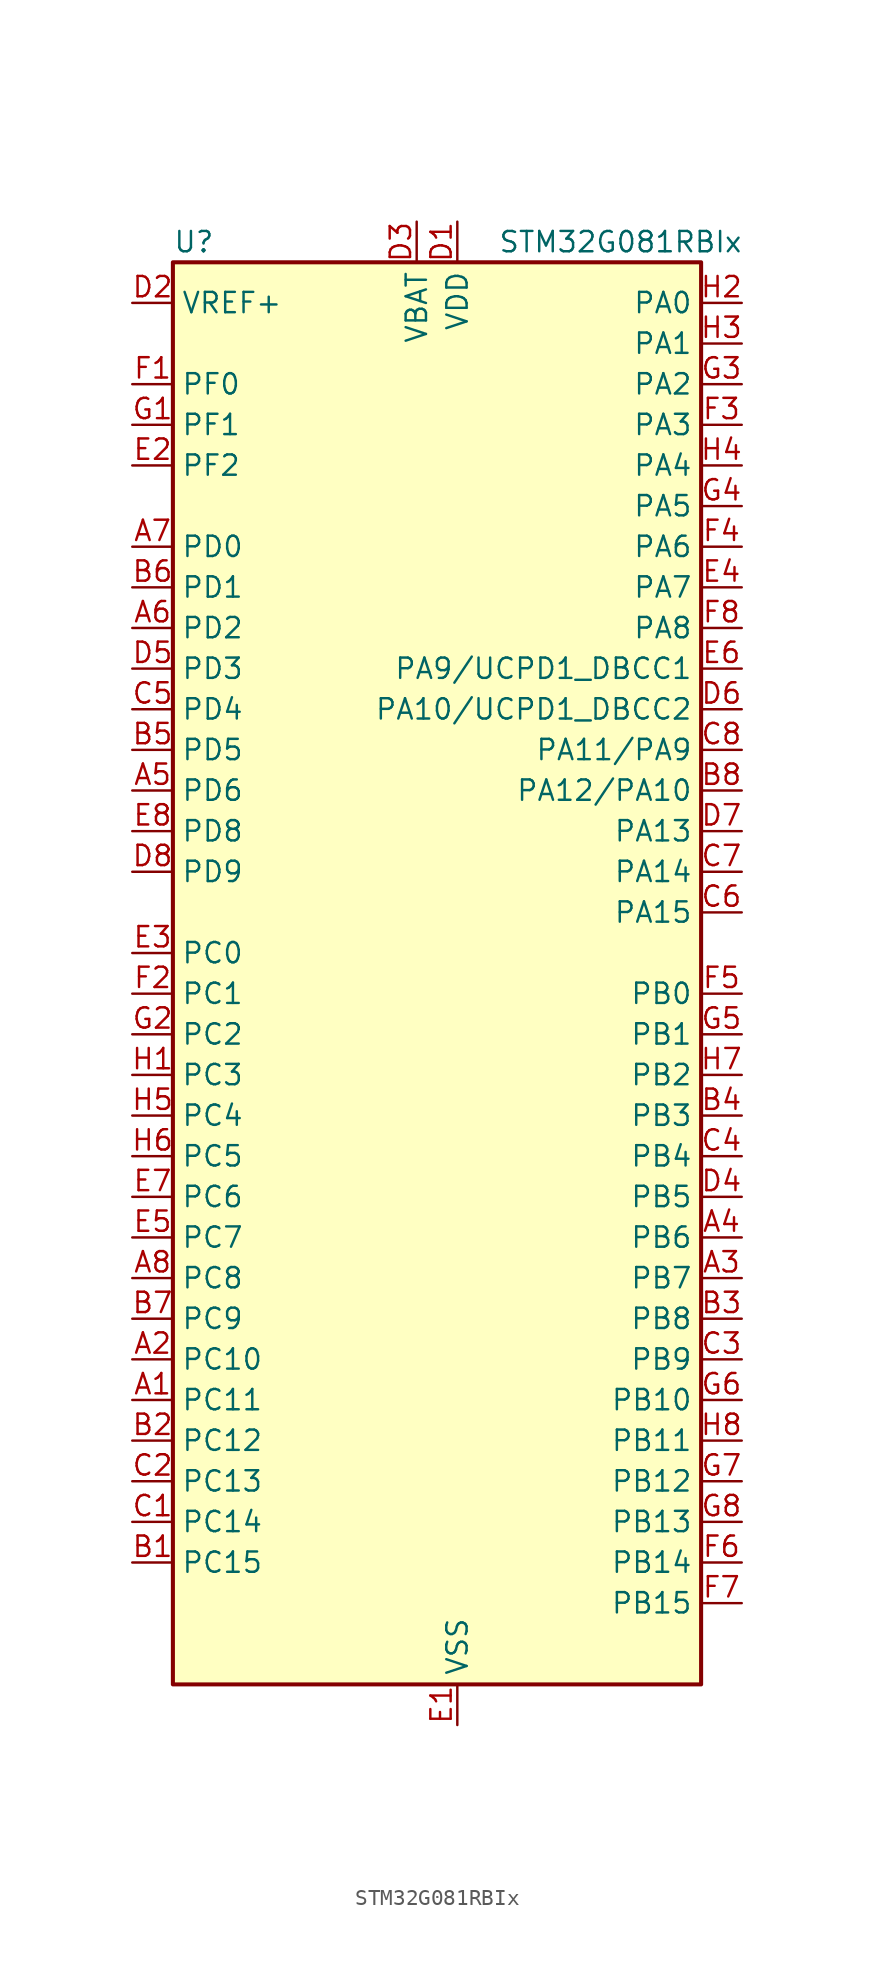
<source format=kicad_sym>
(kicad_symbol_lib
  (version 20231120)
  (generator "kicad_symbol_editor")
  (generator_version "8.0")
  (symbol "STM32G081RBIx"
    (property "Reference" "U"
      (at -15.24 46.99 0)
      (effects (font (size 1.27 1.27)) (justify left)))
    (property "Value" "STM32G081RBIx"
      (at 5.08 46.99 0)
      (effects (font (size 1.27 1.27)) (justify left)))
    (property "ki_locked" ""
      (at 0 0 0)
      (effects (font (size 1.27 1.27))))
    (symbol "STM32G081RBIx_0_1"
      (rectangle (start -15.24 -43.18) (end 17.78 45.72) (stroke (width 0.254) (type default)) (fill (type background))))
    (symbol "STM32G081RBIx_1_1"
      (pin bidirectional line (at -17.78 -25.4 0) (length 2.54) (name "PC11" (effects (font (size 1.27 1.27)))) (number "A1" (effects (font (size 1.27 1.27)))) (alternate "ADC1_EXTI11" bidirectional line) (alternate "TIM1_CH4" bidirectional line) (alternate "USART3_RX" bidirectional line) (alternate "USART4_RX" bidirectional line))
      (pin bidirectional line (at -17.78 -22.86 0) (length 2.54) (name "PC10" (effects (font (size 1.27 1.27)))) (number "A2" (effects (font (size 1.27 1.27)))) (alternate "TIM1_CH3" bidirectional line) (alternate "USART3_TX" bidirectional line) (alternate "USART4_TX" bidirectional line))
      (pin bidirectional line (at 20.32 -17.78 180) (length 2.54) (name "PB7" (effects (font (size 1.27 1.27)))) (number "A3" (effects (font (size 1.27 1.27)))) (alternate "COMP2_INM" bidirectional line) (alternate "I2C1_SDA" bidirectional line) (alternate "LPTIM1_IN2" bidirectional line) (alternate "SPI2_MOSI" bidirectional line) (alternate "SYS_PVD_IN" bidirectional line) (alternate "TIM17_CH1N" bidirectional line) (alternate "USART1_RX" bidirectional line) (alternate "USART4_CTS" bidirectional line) (alternate "USART4_NSS" bidirectional line))
      (pin bidirectional line (at 20.32 -15.24 180) (length 2.54) (name "PB6" (effects (font (size 1.27 1.27)))) (number "A4" (effects (font (size 1.27 1.27)))) (alternate "COMP2_INP" bidirectional line) (alternate "I2C1_SCL" bidirectional line) (alternate "LPTIM1_ETR" bidirectional line) (alternate "SPI2_MISO" bidirectional line) (alternate "TIM16_CH1N" bidirectional line) (alternate "TIM1_CH3" bidirectional line) (alternate "USART1_TX" bidirectional line))
      (pin bidirectional line (at -17.78 12.7 0) (length 2.54) (name "PD6" (effects (font (size 1.27 1.27)))) (number "A5" (effects (font (size 1.27 1.27)))) (alternate "I2S1_SD" bidirectional line) (alternate "LPTIM2_OUT" bidirectional line) (alternate "SPI1_MOSI" bidirectional line) (alternate "USART2_RX" bidirectional line))
      (pin bidirectional line (at -17.78 22.86 0) (length 2.54) (name "PD2" (effects (font (size 1.27 1.27)))) (number "A6" (effects (font (size 1.27 1.27)))) (alternate "TIM1_CH1N" bidirectional line) (alternate "TIM3_ETR" bidirectional line) (alternate "UCPD2_CC2" bidirectional line) (alternate "USART3_CK" bidirectional line) (alternate "USART3_DE" bidirectional line) (alternate "USART3_RTS" bidirectional line))
      (pin bidirectional line (at -17.78 27.94 0) (length 2.54) (name "PD0" (effects (font (size 1.27 1.27)))) (number "A7" (effects (font (size 1.27 1.27)))) (alternate "SPI2_NSS" bidirectional line) (alternate "TIM16_CH1" bidirectional line) (alternate "UCPD2_CC1" bidirectional line))
      (pin bidirectional line (at -17.78 -17.78 0) (length 2.54) (name "PC8" (effects (font (size 1.27 1.27)))) (number "A8" (effects (font (size 1.27 1.27)))) (alternate "TIM1_CH1" bidirectional line) (alternate "TIM3_CH3" bidirectional line) (alternate "UCPD2_FRSTX1" bidirectional line) (alternate "UCPD2_FRSTX2" bidirectional line))
      (pin bidirectional line (at -17.78 -35.56 0) (length 2.54) (name "PC15" (effects (font (size 1.27 1.27)))) (number "B1" (effects (font (size 1.27 1.27)))) (alternate "RCC_OSC32_EN" bidirectional line) (alternate "RCC_OSC32_OUT" bidirectional line) (alternate "RCC_OSC_EN" bidirectional line) (alternate "TIM15_BK" bidirectional line))
      (pin bidirectional line (at -17.78 -27.94 0) (length 2.54) (name "PC12" (effects (font (size 1.27 1.27)))) (number "B2" (effects (font (size 1.27 1.27)))) (alternate "LPTIM1_IN1" bidirectional line) (alternate "TIM14_CH1" bidirectional line) (alternate "UCPD1_FRSTX1" bidirectional line) (alternate "UCPD1_FRSTX2" bidirectional line))
      (pin bidirectional line (at 20.32 -20.32 180) (length 2.54) (name "PB8" (effects (font (size 1.27 1.27)))) (number "B3" (effects (font (size 1.27 1.27)))) (alternate "CEC" bidirectional line) (alternate "I2C1_SCL" bidirectional line) (alternate "SPI2_SCK" bidirectional line) (alternate "TIM15_BK" bidirectional line) (alternate "TIM16_CH1" bidirectional line) (alternate "USART3_TX" bidirectional line))
      (pin bidirectional line (at 20.32 -7.62 180) (length 2.54) (name "PB3" (effects (font (size 1.27 1.27)))) (number "B4" (effects (font (size 1.27 1.27)))) (alternate "COMP2_INM" bidirectional line) (alternate "I2S1_CK" bidirectional line) (alternate "SPI1_SCK" bidirectional line) (alternate "TIM1_CH2" bidirectional line) (alternate "TIM2_CH2" bidirectional line) (alternate "USART1_CK" bidirectional line) (alternate "USART1_DE" bidirectional line) (alternate "USART1_RTS" bidirectional line))
      (pin bidirectional line (at -17.78 15.24 0) (length 2.54) (name "PD5" (effects (font (size 1.27 1.27)))) (number "B5" (effects (font (size 1.27 1.27)))) (alternate "I2S1_MCK" bidirectional line) (alternate "SPI1_MISO" bidirectional line) (alternate "TIM1_BK" bidirectional line) (alternate "USART2_TX" bidirectional line))
      (pin bidirectional line (at -17.78 25.4 0) (length 2.54) (name "PD1" (effects (font (size 1.27 1.27)))) (number "B6" (effects (font (size 1.27 1.27)))) (alternate "SPI2_SCK" bidirectional line) (alternate "TIM17_CH1" bidirectional line) (alternate "UCPD2_DBCC1" bidirectional line))
      (pin bidirectional line (at -17.78 -20.32 0) (length 2.54) (name "PC9" (effects (font (size 1.27 1.27)))) (number "B7" (effects (font (size 1.27 1.27)))) (alternate "DAC1_EXTI9" bidirectional line) (alternate "I2S_CKIN" bidirectional line) (alternate "TIM1_CH2" bidirectional line) (alternate "TIM3_CH4" bidirectional line))
      (pin bidirectional line (at 20.32 12.7 180) (length 2.54) (name "PA12/PA10" (effects (font (size 1.27 1.27)))) (number "B8" (effects (font (size 1.27 1.27)))) (alternate "COMP2_OUT" bidirectional line) (alternate "I2C2_SDA" bidirectional line) (alternate "I2S1_SD" bidirectional line) (alternate "I2S_CKIN" bidirectional line) (alternate "SPI1_MOSI" bidirectional line) (alternate "TIM1_ETR" bidirectional line) (alternate "USART1_CK" bidirectional line) (alternate "USART1_DE" bidirectional line) (alternate "USART1_RTS" bidirectional line))
      (pin bidirectional line (at -17.78 -33.02 0) (length 2.54) (name "PC14" (effects (font (size 1.27 1.27)))) (number "C1" (effects (font (size 1.27 1.27)))) (alternate "RCC_OSC32_IN" bidirectional line) (alternate "TIM1_BK2" bidirectional line))
      (pin bidirectional line (at -17.78 -30.48 0) (length 2.54) (name "PC13" (effects (font (size 1.27 1.27)))) (number "C2" (effects (font (size 1.27 1.27)))) (alternate "RTC_OUT_ALARM" bidirectional line) (alternate "RTC_OUT_CALIB" bidirectional line) (alternate "RTC_TAMP_IN1" bidirectional line) (alternate "RTC_TS" bidirectional line) (alternate "SYS_WKUP2" bidirectional line) (alternate "TIM1_BK" bidirectional line))
      (pin bidirectional line (at 20.32 -22.86 180) (length 2.54) (name "PB9" (effects (font (size 1.27 1.27)))) (number "C3" (effects (font (size 1.27 1.27)))) (alternate "DAC1_EXTI9" bidirectional line) (alternate "I2C1_SDA" bidirectional line) (alternate "IR_OUT" bidirectional line) (alternate "SPI2_NSS" bidirectional line) (alternate "TIM17_CH1" bidirectional line) (alternate "UCPD2_FRSTX1" bidirectional line) (alternate "UCPD2_FRSTX2" bidirectional line) (alternate "USART3_RX" bidirectional line))
      (pin bidirectional line (at 20.32 -10.16 180) (length 2.54) (name "PB4" (effects (font (size 1.27 1.27)))) (number "C4" (effects (font (size 1.27 1.27)))) (alternate "COMP2_INP" bidirectional line) (alternate "I2S1_MCK" bidirectional line) (alternate "SPI1_MISO" bidirectional line) (alternate "TIM17_BK" bidirectional line) (alternate "TIM3_CH1" bidirectional line) (alternate "USART1_CTS" bidirectional line) (alternate "USART1_NSS" bidirectional line))
      (pin bidirectional line (at -17.78 17.78 0) (length 2.54) (name "PD4" (effects (font (size 1.27 1.27)))) (number "C5" (effects (font (size 1.27 1.27)))) (alternate "SPI2_MOSI" bidirectional line) (alternate "TIM1_CH3N" bidirectional line) (alternate "USART2_CK" bidirectional line) (alternate "USART2_DE" bidirectional line) (alternate "USART2_RTS" bidirectional line))
      (pin bidirectional line (at 20.32 5.08 180) (length 2.54) (name "PA15" (effects (font (size 1.27 1.27)))) (number "C6" (effects (font (size 1.27 1.27)))) (alternate "I2S1_WS" bidirectional line) (alternate "SPI1_NSS" bidirectional line) (alternate "TIM2_CH1" bidirectional line) (alternate "TIM2_ETR" bidirectional line) (alternate "USART2_RX" bidirectional line) (alternate "USART3_CK" bidirectional line) (alternate "USART3_DE" bidirectional line) (alternate "USART3_RTS" bidirectional line) (alternate "USART4_CK" bidirectional line) (alternate "USART4_DE" bidirectional line) (alternate "USART4_RTS" bidirectional line))
      (pin bidirectional line (at 20.32 7.62 180) (length 2.54) (name "PA14" (effects (font (size 1.27 1.27)))) (number "C7" (effects (font (size 1.27 1.27)))) (alternate "SYS_SWCLK" bidirectional line) (alternate "USART2_TX" bidirectional line))
      (pin bidirectional line (at 20.32 15.24 180) (length 2.54) (name "PA11/PA9" (effects (font (size 1.27 1.27)))) (number "C8" (effects (font (size 1.27 1.27)))) (alternate "ADC1_EXTI11" bidirectional line) (alternate "COMP1_OUT" bidirectional line) (alternate "I2C2_SCL" bidirectional line) (alternate "I2S1_MCK" bidirectional line) (alternate "SPI1_MISO" bidirectional line) (alternate "TIM1_BK2" bidirectional line) (alternate "TIM1_CH4" bidirectional line) (alternate "USART1_CTS" bidirectional line) (alternate "USART1_NSS" bidirectional line))
      (pin power_in line (at 2.54 48.26 270) (length 2.54) (name "VDD" (effects (font (size 1.27 1.27)))) (number "D1" (effects (font (size 1.27 1.27)))))
      (pin input line (at -17.78 43.18 0) (length 2.54) (name "VREF+" (effects (font (size 1.27 1.27)))) (number "D2" (effects (font (size 1.27 1.27)))) (alternate "VREFBUF_OUT" bidirectional line))
      (pin power_in line (at 0 48.26 270) (length 2.54) (name "VBAT" (effects (font (size 1.27 1.27)))) (number "D3" (effects (font (size 1.27 1.27)))))
      (pin bidirectional line (at 20.32 -12.7 180) (length 2.54) (name "PB5" (effects (font (size 1.27 1.27)))) (number "D4" (effects (font (size 1.27 1.27)))) (alternate "COMP2_OUT" bidirectional line) (alternate "I2C1_SMBA" bidirectional line) (alternate "I2S1_SD" bidirectional line) (alternate "LPTIM1_IN1" bidirectional line) (alternate "SPI1_MOSI" bidirectional line) (alternate "SYS_WKUP6" bidirectional line) (alternate "TIM16_BK" bidirectional line) (alternate "TIM3_CH2" bidirectional line))
      (pin bidirectional line (at -17.78 20.32 0) (length 2.54) (name "PD3" (effects (font (size 1.27 1.27)))) (number "D5" (effects (font (size 1.27 1.27)))) (alternate "SPI2_MISO" bidirectional line) (alternate "TIM1_CH2N" bidirectional line) (alternate "UCPD2_DBCC2" bidirectional line) (alternate "USART2_CTS" bidirectional line) (alternate "USART2_NSS" bidirectional line))
      (pin bidirectional line (at 20.32 17.78 180) (length 2.54) (name "PA10/UCPD1_DBCC2" (effects (font (size 1.27 1.27)))) (number "D6" (effects (font (size 1.27 1.27)))) (alternate "I2C1_SDA" bidirectional line) (alternate "SPI2_MOSI" bidirectional line) (alternate "TIM17_BK" bidirectional line) (alternate "TIM1_CH3" bidirectional line) (alternate "UCPD1_DBCC2" bidirectional line) (alternate "USART1_RX" bidirectional line))
      (pin bidirectional line (at 20.32 10.16 180) (length 2.54) (name "PA13" (effects (font (size 1.27 1.27)))) (number "D7" (effects (font (size 1.27 1.27)))) (alternate "IR_OUT" bidirectional line) (alternate "SYS_SWDIO" bidirectional line))
      (pin bidirectional line (at -17.78 7.62 0) (length 2.54) (name "PD9" (effects (font (size 1.27 1.27)))) (number "D8" (effects (font (size 1.27 1.27)))) (alternate "DAC1_EXTI9" bidirectional line) (alternate "I2S1_WS" bidirectional line) (alternate "SPI1_NSS" bidirectional line) (alternate "TIM1_BK2" bidirectional line) (alternate "USART3_RX" bidirectional line))
      (pin power_in line (at 2.54 -45.72 90) (length 2.54) (name "VSS" (effects (font (size 1.27 1.27)))) (number "E1" (effects (font (size 1.27 1.27)))))
      (pin bidirectional line (at -17.78 33.02 0) (length 2.54) (name "PF2" (effects (font (size 1.27 1.27)))) (number "E2" (effects (font (size 1.27 1.27)))) (alternate "RCC_MCO" bidirectional line))
      (pin bidirectional line (at -17.78 2.54 0) (length 2.54) (name "PC0" (effects (font (size 1.27 1.27)))) (number "E3" (effects (font (size 1.27 1.27)))) (alternate "LPTIM1_IN1" bidirectional line) (alternate "LPTIM2_IN1" bidirectional line) (alternate "LPUART1_RX" bidirectional line))
      (pin bidirectional line (at 20.32 25.4 180) (length 2.54) (name "PA7" (effects (font (size 1.27 1.27)))) (number "E4" (effects (font (size 1.27 1.27)))) (alternate "ADC1_IN7" bidirectional line) (alternate "COMP2_OUT" bidirectional line) (alternate "I2S1_SD" bidirectional line) (alternate "SPI1_MOSI" bidirectional line) (alternate "TIM14_CH1" bidirectional line) (alternate "TIM17_CH1" bidirectional line) (alternate "TIM1_CH1N" bidirectional line) (alternate "TIM3_CH2" bidirectional line) (alternate "UCPD1_FRSTX1" bidirectional line) (alternate "UCPD1_FRSTX2" bidirectional line))
      (pin bidirectional line (at -17.78 -15.24 0) (length 2.54) (name "PC7" (effects (font (size 1.27 1.27)))) (number "E5" (effects (font (size 1.27 1.27)))) (alternate "TIM2_CH4" bidirectional line) (alternate "TIM3_CH2" bidirectional line) (alternate "UCPD2_FRSTX1" bidirectional line) (alternate "UCPD2_FRSTX2" bidirectional line))
      (pin bidirectional line (at 20.32 20.32 180) (length 2.54) (name "PA9/UCPD1_DBCC1" (effects (font (size 1.27 1.27)))) (number "E6" (effects (font (size 1.27 1.27)))) (alternate "DAC1_EXTI9" bidirectional line) (alternate "I2C1_SCL" bidirectional line) (alternate "RCC_MCO" bidirectional line) (alternate "SPI2_MISO" bidirectional line) (alternate "TIM15_BK" bidirectional line) (alternate "TIM1_CH2" bidirectional line) (alternate "UCPD1_DBCC1" bidirectional line) (alternate "USART1_TX" bidirectional line))
      (pin bidirectional line (at -17.78 -12.7 0) (length 2.54) (name "PC6" (effects (font (size 1.27 1.27)))) (number "E7" (effects (font (size 1.27 1.27)))) (alternate "TIM2_CH3" bidirectional line) (alternate "TIM3_CH1" bidirectional line) (alternate "UCPD1_FRSTX1" bidirectional line) (alternate "UCPD1_FRSTX2" bidirectional line))
      (pin bidirectional line (at -17.78 10.16 0) (length 2.54) (name "PD8" (effects (font (size 1.27 1.27)))) (number "E8" (effects (font (size 1.27 1.27)))) (alternate "I2S1_CK" bidirectional line) (alternate "LPTIM1_OUT" bidirectional line) (alternate "SPI1_SCK" bidirectional line) (alternate "USART3_TX" bidirectional line))
      (pin bidirectional line (at -17.78 38.1 0) (length 2.54) (name "PF0" (effects (font (size 1.27 1.27)))) (number "F1" (effects (font (size 1.27 1.27)))) (alternate "RCC_OSC_IN" bidirectional line) (alternate "TIM14_CH1" bidirectional line))
      (pin bidirectional line (at -17.78 0 0) (length 2.54) (name "PC1" (effects (font (size 1.27 1.27)))) (number "F2" (effects (font (size 1.27 1.27)))) (alternate "LPTIM1_OUT" bidirectional line) (alternate "LPUART1_TX" bidirectional line) (alternate "TIM15_CH1" bidirectional line))
      (pin bidirectional line (at 20.32 35.56 180) (length 2.54) (name "PA3" (effects (font (size 1.27 1.27)))) (number "F3" (effects (font (size 1.27 1.27)))) (alternate "ADC1_IN3" bidirectional line) (alternate "COMP2_INP" bidirectional line) (alternate "LPUART1_RX" bidirectional line) (alternate "SPI2_MISO" bidirectional line) (alternate "TIM15_CH2" bidirectional line) (alternate "TIM2_CH4" bidirectional line) (alternate "UCPD2_FRSTX1" bidirectional line) (alternate "UCPD2_FRSTX2" bidirectional line) (alternate "USART2_RX" bidirectional line))
      (pin bidirectional line (at 20.32 27.94 180) (length 2.54) (name "PA6" (effects (font (size 1.27 1.27)))) (number "F4" (effects (font (size 1.27 1.27)))) (alternate "ADC1_IN6" bidirectional line) (alternate "COMP1_OUT" bidirectional line) (alternate "I2S1_MCK" bidirectional line) (alternate "LPUART1_CTS" bidirectional line) (alternate "SPI1_MISO" bidirectional line) (alternate "TIM16_CH1" bidirectional line) (alternate "TIM1_BK" bidirectional line) (alternate "TIM3_CH1" bidirectional line) (alternate "USART3_CTS" bidirectional line) (alternate "USART3_NSS" bidirectional line))
      (pin bidirectional line (at 20.32 0 180) (length 2.54) (name "PB0" (effects (font (size 1.27 1.27)))) (number "F5" (effects (font (size 1.27 1.27)))) (alternate "ADC1_IN8" bidirectional line) (alternate "COMP1_OUT" bidirectional line) (alternate "I2S1_WS" bidirectional line) (alternate "LPTIM1_OUT" bidirectional line) (alternate "SPI1_NSS" bidirectional line) (alternate "TIM1_CH2N" bidirectional line) (alternate "TIM3_CH3" bidirectional line) (alternate "UCPD1_FRSTX1" bidirectional line) (alternate "UCPD1_FRSTX2" bidirectional line) (alternate "USART3_RX" bidirectional line))
      (pin bidirectional line (at 20.32 -35.56 180) (length 2.54) (name "PB14" (effects (font (size 1.27 1.27)))) (number "F6" (effects (font (size 1.27 1.27)))) (alternate "I2C2_SDA" bidirectional line) (alternate "SPI2_MISO" bidirectional line) (alternate "TIM15_CH1" bidirectional line) (alternate "TIM1_CH2N" bidirectional line) (alternate "UCPD1_FRSTX1" bidirectional line) (alternate "UCPD1_FRSTX2" bidirectional line) (alternate "USART3_CK" bidirectional line) (alternate "USART3_DE" bidirectional line) (alternate "USART3_RTS" bidirectional line))
      (pin bidirectional line (at 20.32 -38.1 180) (length 2.54) (name "PB15" (effects (font (size 1.27 1.27)))) (number "F7" (effects (font (size 1.27 1.27)))) (alternate "RTC_REFIN" bidirectional line) (alternate "SPI2_MOSI" bidirectional line) (alternate "TIM15_CH1N" bidirectional line) (alternate "TIM15_CH2" bidirectional line) (alternate "TIM1_CH3N" bidirectional line) (alternate "UCPD1_CC2" bidirectional line))
      (pin bidirectional line (at 20.32 22.86 180) (length 2.54) (name "PA8" (effects (font (size 1.27 1.27)))) (number "F8" (effects (font (size 1.27 1.27)))) (alternate "LPTIM2_OUT" bidirectional line) (alternate "RCC_MCO" bidirectional line) (alternate "SPI2_NSS" bidirectional line) (alternate "TIM1_CH1" bidirectional line) (alternate "UCPD1_CC1" bidirectional line))
      (pin bidirectional line (at -17.78 35.56 0) (length 2.54) (name "PF1" (effects (font (size 1.27 1.27)))) (number "G1" (effects (font (size 1.27 1.27)))) (alternate "RCC_OSC_EN" bidirectional line) (alternate "RCC_OSC_OUT" bidirectional line) (alternate "TIM15_CH1N" bidirectional line))
      (pin bidirectional line (at -17.78 -2.54 0) (length 2.54) (name "PC2" (effects (font (size 1.27 1.27)))) (number "G2" (effects (font (size 1.27 1.27)))) (alternate "LPTIM1_IN2" bidirectional line) (alternate "SPI2_MISO" bidirectional line) (alternate "TIM15_CH2" bidirectional line))
      (pin bidirectional line (at 20.32 38.1 180) (length 2.54) (name "PA2" (effects (font (size 1.27 1.27)))) (number "G3" (effects (font (size 1.27 1.27)))) (alternate "ADC1_IN2" bidirectional line) (alternate "COMP2_INM" bidirectional line) (alternate "COMP2_OUT" bidirectional line) (alternate "I2S1_SD" bidirectional line) (alternate "LPUART1_TX" bidirectional line) (alternate "RCC_LSCO" bidirectional line) (alternate "SPI1_MOSI" bidirectional line) (alternate "SYS_WKUP4" bidirectional line) (alternate "TIM15_CH1" bidirectional line) (alternate "TIM2_CH3" bidirectional line) (alternate "UCPD1_FRSTX1" bidirectional line) (alternate "UCPD1_FRSTX2" bidirectional line) (alternate "USART2_TX" bidirectional line))
      (pin bidirectional line (at 20.32 30.48 180) (length 2.54) (name "PA5" (effects (font (size 1.27 1.27)))) (number "G4" (effects (font (size 1.27 1.27)))) (alternate "ADC1_IN5" bidirectional line) (alternate "CEC" bidirectional line) (alternate "DAC1_OUT2" bidirectional line) (alternate "I2S1_CK" bidirectional line) (alternate "LPTIM2_ETR" bidirectional line) (alternate "SPI1_SCK" bidirectional line) (alternate "TIM2_CH1" bidirectional line) (alternate "TIM2_ETR" bidirectional line) (alternate "UCPD1_FRSTX1" bidirectional line) (alternate "UCPD1_FRSTX2" bidirectional line) (alternate "USART3_TX" bidirectional line))
      (pin bidirectional line (at 20.32 -2.54 180) (length 2.54) (name "PB1" (effects (font (size 1.27 1.27)))) (number "G5" (effects (font (size 1.27 1.27)))) (alternate "ADC1_IN9" bidirectional line) (alternate "COMP1_INM" bidirectional line) (alternate "LPTIM2_IN1" bidirectional line) (alternate "LPUART1_DE" bidirectional line) (alternate "LPUART1_RTS" bidirectional line) (alternate "TIM14_CH1" bidirectional line) (alternate "TIM1_CH3N" bidirectional line) (alternate "TIM3_CH4" bidirectional line) (alternate "USART3_CK" bidirectional line) (alternate "USART3_DE" bidirectional line) (alternate "USART3_RTS" bidirectional line))
      (pin bidirectional line (at 20.32 -25.4 180) (length 2.54) (name "PB10" (effects (font (size 1.27 1.27)))) (number "G6" (effects (font (size 1.27 1.27)))) (alternate "ADC1_IN11" bidirectional line) (alternate "CEC" bidirectional line) (alternate "COMP1_OUT" bidirectional line) (alternate "I2C2_SCL" bidirectional line) (alternate "LPUART1_RX" bidirectional line) (alternate "SPI2_SCK" bidirectional line) (alternate "TIM2_CH3" bidirectional line) (alternate "USART3_TX" bidirectional line))
      (pin bidirectional line (at 20.32 -30.48 180) (length 2.54) (name "PB12" (effects (font (size 1.27 1.27)))) (number "G7" (effects (font (size 1.27 1.27)))) (alternate "ADC1_IN16" bidirectional line) (alternate "LPUART1_DE" bidirectional line) (alternate "LPUART1_RTS" bidirectional line) (alternate "SPI2_NSS" bidirectional line) (alternate "TIM15_BK" bidirectional line) (alternate "TIM1_BK" bidirectional line) (alternate "UCPD2_FRSTX1" bidirectional line) (alternate "UCPD2_FRSTX2" bidirectional line))
      (pin bidirectional line (at 20.32 -33.02 180) (length 2.54) (name "PB13" (effects (font (size 1.27 1.27)))) (number "G8" (effects (font (size 1.27 1.27)))) (alternate "I2C2_SCL" bidirectional line) (alternate "LPUART1_CTS" bidirectional line) (alternate "SPI2_SCK" bidirectional line) (alternate "TIM15_CH1N" bidirectional line) (alternate "TIM1_CH1N" bidirectional line) (alternate "USART3_CTS" bidirectional line) (alternate "USART3_NSS" bidirectional line))
      (pin bidirectional line (at -17.78 -5.08 0) (length 2.54) (name "PC3" (effects (font (size 1.27 1.27)))) (number "H1" (effects (font (size 1.27 1.27)))) (alternate "LPTIM1_ETR" bidirectional line) (alternate "LPTIM2_ETR" bidirectional line) (alternate "SPI2_MOSI" bidirectional line))
      (pin bidirectional line (at 20.32 43.18 180) (length 2.54) (name "PA0" (effects (font (size 1.27 1.27)))) (number "H2" (effects (font (size 1.27 1.27)))) (alternate "ADC1_IN0" bidirectional line) (alternate "COMP1_INM" bidirectional line) (alternate "COMP1_OUT" bidirectional line) (alternate "LPTIM1_OUT" bidirectional line) (alternate "RTC_TAMP_IN2" bidirectional line) (alternate "SPI2_SCK" bidirectional line) (alternate "SYS_WKUP1" bidirectional line) (alternate "TIM2_CH1" bidirectional line) (alternate "TIM2_ETR" bidirectional line) (alternate "UCPD2_FRSTX1" bidirectional line) (alternate "UCPD2_FRSTX2" bidirectional line) (alternate "USART2_CTS" bidirectional line) (alternate "USART2_NSS" bidirectional line) (alternate "USART4_TX" bidirectional line))
      (pin bidirectional line (at 20.32 40.64 180) (length 2.54) (name "PA1" (effects (font (size 1.27 1.27)))) (number "H3" (effects (font (size 1.27 1.27)))) (alternate "ADC1_IN1" bidirectional line) (alternate "COMP1_INP" bidirectional line) (alternate "I2C1_SMBA" bidirectional line) (alternate "I2S1_CK" bidirectional line) (alternate "SPI1_SCK" bidirectional line) (alternate "TIM15_CH1N" bidirectional line) (alternate "TIM2_CH2" bidirectional line) (alternate "USART2_CK" bidirectional line) (alternate "USART2_DE" bidirectional line) (alternate "USART2_RTS" bidirectional line) (alternate "USART4_RX" bidirectional line))
      (pin bidirectional line (at 20.32 33.02 180) (length 2.54) (name "PA4" (effects (font (size 1.27 1.27)))) (number "H4" (effects (font (size 1.27 1.27)))) (alternate "ADC1_IN4" bidirectional line) (alternate "DAC1_OUT1" bidirectional line) (alternate "I2S1_WS" bidirectional line) (alternate "LPTIM2_OUT" bidirectional line) (alternate "RTC_OUT_ALARM" bidirectional line) (alternate "RTC_OUT_CALIB" bidirectional line) (alternate "SPI1_NSS" bidirectional line) (alternate "SPI2_MOSI" bidirectional line) (alternate "TIM14_CH1" bidirectional line) (alternate "UCPD2_FRSTX1" bidirectional line) (alternate "UCPD2_FRSTX2" bidirectional line))
      (pin bidirectional line (at -17.78 -7.62 0) (length 2.54) (name "PC4" (effects (font (size 1.27 1.27)))) (number "H5" (effects (font (size 1.27 1.27)))) (alternate "ADC1_IN17" bidirectional line) (alternate "COMP1_INM" bidirectional line) (alternate "TIM2_CH1" bidirectional line) (alternate "TIM2_ETR" bidirectional line) (alternate "USART1_TX" bidirectional line) (alternate "USART3_TX" bidirectional line))
      (pin bidirectional line (at -17.78 -10.16 0) (length 2.54) (name "PC5" (effects (font (size 1.27 1.27)))) (number "H6" (effects (font (size 1.27 1.27)))) (alternate "ADC1_IN18" bidirectional line) (alternate "COMP1_INP" bidirectional line) (alternate "SYS_WKUP5" bidirectional line) (alternate "TIM2_CH2" bidirectional line) (alternate "USART1_RX" bidirectional line) (alternate "USART3_RX" bidirectional line))
      (pin bidirectional line (at 20.32 -5.08 180) (length 2.54) (name "PB2" (effects (font (size 1.27 1.27)))) (number "H7" (effects (font (size 1.27 1.27)))) (alternate "ADC1_IN10" bidirectional line) (alternate "COMP1_INP" bidirectional line) (alternate "LPTIM1_OUT" bidirectional line) (alternate "SPI2_MISO" bidirectional line) (alternate "USART3_TX" bidirectional line))
      (pin bidirectional line (at 20.32 -27.94 180) (length 2.54) (name "PB11" (effects (font (size 1.27 1.27)))) (number "H8" (effects (font (size 1.27 1.27)))) (alternate "ADC1_EXTI11" bidirectional line) (alternate "ADC1_IN15" bidirectional line) (alternate "COMP2_OUT" bidirectional line) (alternate "I2C2_SDA" bidirectional line) (alternate "LPUART1_TX" bidirectional line) (alternate "SPI2_MOSI" bidirectional line) (alternate "TIM2_CH4" bidirectional line) (alternate "USART3_RX" bidirectional line)))))
</source>
